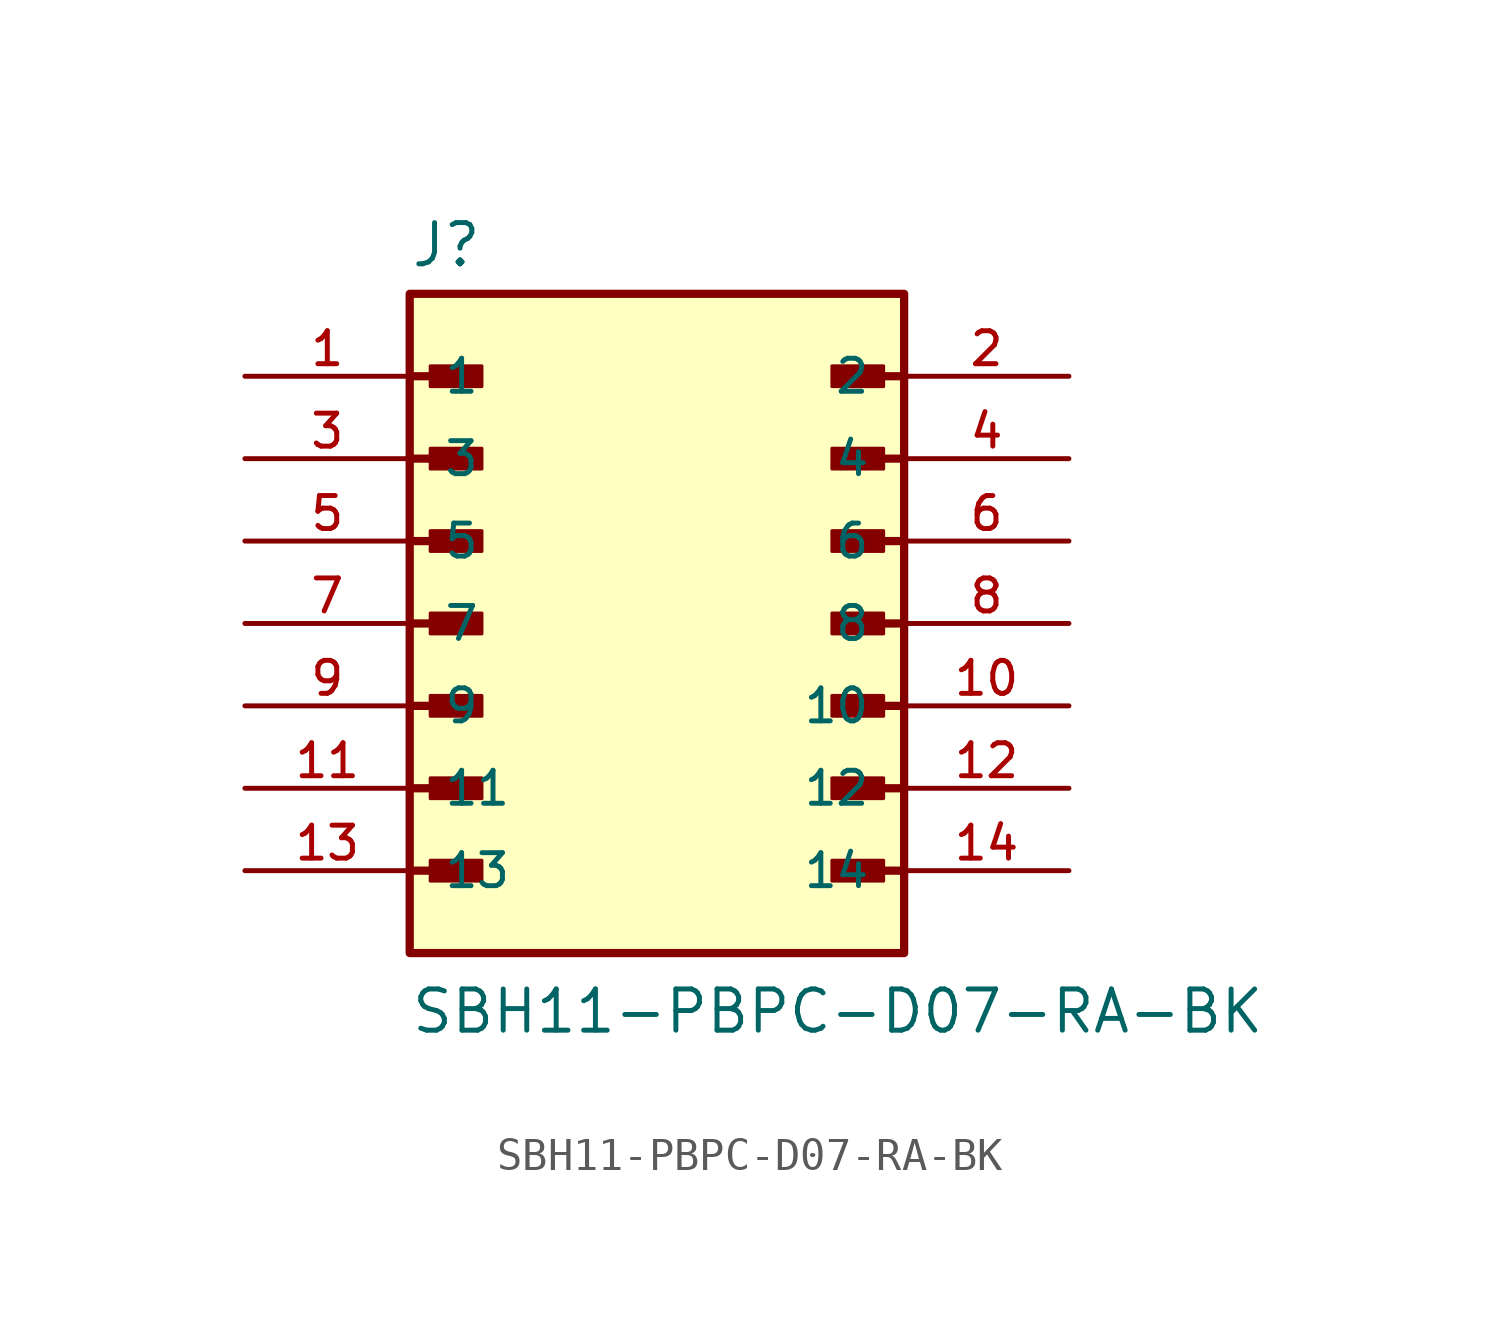
<source format=kicad_sym>
(kicad_symbol_lib
  (version 20211014)
  (generator kicad_symbol_editor)
  (symbol "SBH11-PBPC-D07-RA-BK"
    (pin_names
      (offset 1.016))
    (property "Reference" "J"
      (at -7.62 10.922 0)
      (effects (font (size 1.27 1.27)) (justify bottom left)))
    (property "Value" "SBH11-PBPC-D07-RA-BK"
      (at -7.62 -12.7 0)
      (effects (font (size 1.27 1.27)) (justify bottom left)))
    (symbol "SBH11-PBPC-D07-RA-BK_0_0"
      (polyline (pts (xy -7.62 7.62) (xy -5.715 7.62)) (stroke (width 0.254)))
      (rectangle (start -6.985 7.303) (end -5.397 7.938) (stroke (width 0.1)) (fill (type outline)))
      (polyline (pts (xy -7.62 5.08) (xy -5.715 5.08)) (stroke (width 0.254)))
      (rectangle (start -6.985 4.763) (end -5.397 5.397) (stroke (width 0.1)) (fill (type outline)))
      (polyline (pts (xy -7.62 2.54) (xy -5.715 2.54)) (stroke (width 0.254)))
      (rectangle (start -6.985 2.223) (end -5.397 2.857) (stroke (width 0.1)) (fill (type outline)))
      (polyline (pts (xy -7.62 0.0) (xy -5.715 0.0)) (stroke (width 0.254)))
      (rectangle (start -6.985 -0.318) (end -5.397 0.318) (stroke (width 0.1)) (fill (type outline)))
      (polyline (pts (xy -7.62 -2.54) (xy -5.715 -2.54)) (stroke (width 0.254)))
      (rectangle (start -6.985 -2.857) (end -5.397 -2.223) (stroke (width 0.1)) (fill (type outline)))
      (polyline (pts (xy -7.62 -5.08) (xy -5.715 -5.08)) (stroke (width 0.254)))
      (rectangle (start -6.985 -5.397) (end -5.397 -4.763) (stroke (width 0.1)) (fill (type outline)))
      (polyline (pts (xy -7.62 -7.62) (xy -5.715 -7.62)) (stroke (width 0.254)))
      (rectangle (start -6.985 -7.938) (end -5.397 -7.303) (stroke (width 0.1)) (fill (type outline)))
      (polyline (pts (xy 7.62 -7.62) (xy 5.715 -7.62)) (stroke (width 0.254)))
      (rectangle (start 5.397 -7.938) (end 6.985 -7.303) (stroke (width 0.1)) (fill (type outline)))
      (polyline (pts (xy 7.62 -5.08) (xy 5.715 -5.08)) (stroke (width 0.254)))
      (rectangle (start 5.397 -5.397) (end 6.985 -4.763) (stroke (width 0.1)) (fill (type outline)))
      (polyline (pts (xy 7.62 -2.54) (xy 5.715 -2.54)) (stroke (width 0.254)))
      (rectangle (start 5.397 -2.857) (end 6.985 -2.223) (stroke (width 0.1)) (fill (type outline)))
      (polyline (pts (xy 7.62 0.0) (xy 5.715 0.0)) (stroke (width 0.254)))
      (rectangle (start 5.397 -0.318) (end 6.985 0.318) (stroke (width 0.1)) (fill (type outline)))
      (polyline (pts (xy 7.62 2.54) (xy 5.715 2.54)) (stroke (width 0.254)))
      (rectangle (start 5.397 2.223) (end 6.985 2.857) (stroke (width 0.1)) (fill (type outline)))
      (polyline (pts (xy 7.62 5.08) (xy 5.715 5.08)) (stroke (width 0.254)))
      (rectangle (start 5.397 4.763) (end 6.985 5.397) (stroke (width 0.1)) (fill (type outline)))
      (polyline (pts (xy 7.62 7.62) (xy 5.715 7.62)) (stroke (width 0.254)))
      (rectangle (start 5.397 7.303) (end 6.985 7.938) (stroke (width 0.1)) (fill (type outline)))
      (rectangle (start -7.62 -10.16) (end 7.62 10.16) (stroke (width 0.254)) (fill (type background)))
      (pin passive line (at -12.7 7.62 0) (length 5.08) (name "1" (effects (font (size 1.016 1.016)))) (number "1" (effects (font (size 1.016 1.016)))))
      (pin passive line (at 12.7 7.62 180.0) (length 5.08) (name "2" (effects (font (size 1.016 1.016)))) (number "2" (effects (font (size 1.016 1.016)))))
      (pin passive line (at -12.7 5.08 0) (length 5.08) (name "3" (effects (font (size 1.016 1.016)))) (number "3" (effects (font (size 1.016 1.016)))))
      (pin passive line (at 12.7 5.08 180.0) (length 5.08) (name "4" (effects (font (size 1.016 1.016)))) (number "4" (effects (font (size 1.016 1.016)))))
      (pin passive line (at -12.7 2.54 0) (length 5.08) (name "5" (effects (font (size 1.016 1.016)))) (number "5" (effects (font (size 1.016 1.016)))))
      (pin passive line (at 12.7 2.54 180.0) (length 5.08) (name "6" (effects (font (size 1.016 1.016)))) (number "6" (effects (font (size 1.016 1.016)))))
      (pin passive line (at -12.7 0.0 0) (length 5.08) (name "7" (effects (font (size 1.016 1.016)))) (number "7" (effects (font (size 1.016 1.016)))))
      (pin passive line (at 12.7 0.0 180.0) (length 5.08) (name "8" (effects (font (size 1.016 1.016)))) (number "8" (effects (font (size 1.016 1.016)))))
      (pin passive line (at -12.7 -2.54 0) (length 5.08) (name "9" (effects (font (size 1.016 1.016)))) (number "9" (effects (font (size 1.016 1.016)))))
      (pin passive line (at 12.7 -2.54 180.0) (length 5.08) (name "10" (effects (font (size 1.016 1.016)))) (number "10" (effects (font (size 1.016 1.016)))))
      (pin passive line (at -12.7 -5.08 0) (length 5.08) (name "11" (effects (font (size 1.016 1.016)))) (number "11" (effects (font (size 1.016 1.016)))))
      (pin passive line (at 12.7 -5.08 180.0) (length 5.08) (name "12" (effects (font (size 1.016 1.016)))) (number "12" (effects (font (size 1.016 1.016)))))
      (pin passive line (at -12.7 -7.62 0) (length 5.08) (name "13" (effects (font (size 1.016 1.016)))) (number "13" (effects (font (size 1.016 1.016)))))
      (pin passive line (at 12.7 -7.62 180.0) (length 5.08) (name "14" (effects (font (size 1.016 1.016)))) (number "14" (effects (font (size 1.016 1.016))))))))
</source>
